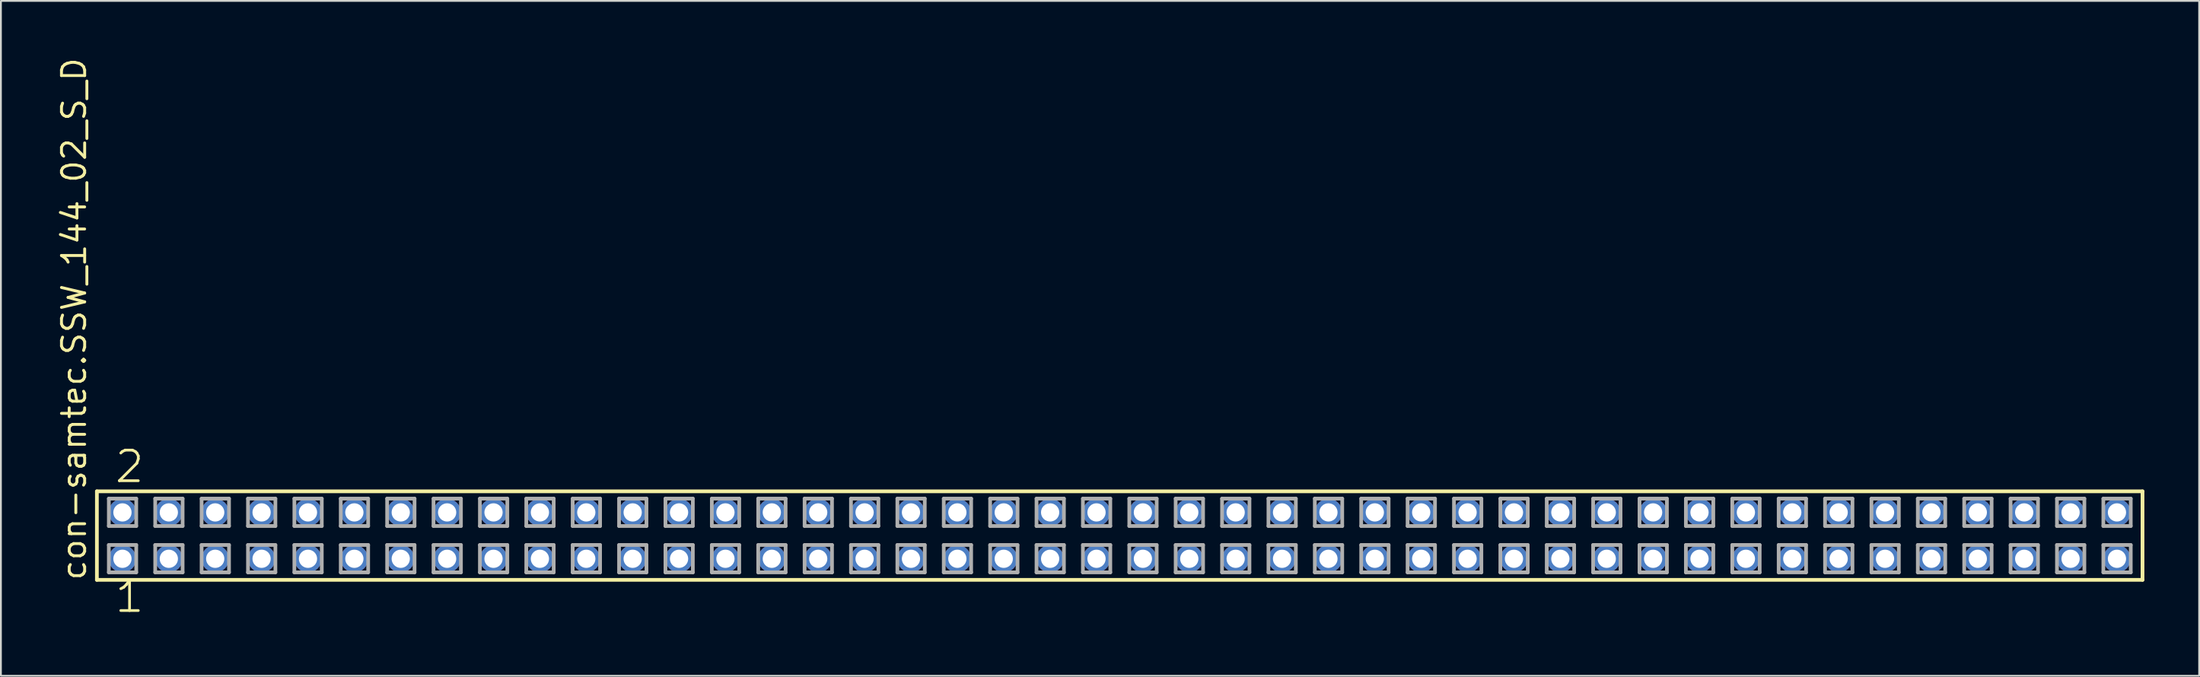
<source format=kicad_pcb>
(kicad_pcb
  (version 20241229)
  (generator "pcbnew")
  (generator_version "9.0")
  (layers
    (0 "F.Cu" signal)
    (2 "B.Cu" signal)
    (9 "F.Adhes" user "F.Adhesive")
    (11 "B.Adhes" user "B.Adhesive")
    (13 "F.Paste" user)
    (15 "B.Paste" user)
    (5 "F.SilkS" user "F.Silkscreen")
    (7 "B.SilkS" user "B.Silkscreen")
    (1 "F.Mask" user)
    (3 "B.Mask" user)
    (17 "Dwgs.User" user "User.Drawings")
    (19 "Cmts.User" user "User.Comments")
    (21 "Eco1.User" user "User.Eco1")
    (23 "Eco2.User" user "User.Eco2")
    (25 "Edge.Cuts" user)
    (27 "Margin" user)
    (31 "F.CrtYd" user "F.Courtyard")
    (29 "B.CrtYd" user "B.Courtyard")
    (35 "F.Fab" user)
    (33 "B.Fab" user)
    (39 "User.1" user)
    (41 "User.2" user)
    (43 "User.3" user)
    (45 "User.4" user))
  (footprint "con-samtec.SSW_144_02_S_D"
    (layer "F.Cu")
    (at 58.265 26.291)
    (property "Reference" "con-samtec.SSW_144_02_S_D" (at -56.515 2.54 90) (layer "F.SilkS") (effects (font (size 1.27 1.27) (thickness 0.16)) (justify left bottom)))
    (attr through_hole)
    (fp_line (start -56.009 -2.425) (end 56.009 -2.425) (stroke (width 0.203) (type default)) (layer "F.SilkS"))
    (fp_line (start -56.009 2.425) (end -56.009 -2.425) (stroke (width 0.203) (type default)) (layer "F.SilkS"))
    (fp_line (start 56.009 -2.425) (end 56.009 2.425) (stroke (width 0.203) (type default)) (layer "F.SilkS"))
    (fp_line (start 56.009 2.425) (end -56.009 2.425) (stroke (width 0.203) (type default)) (layer "F.SilkS"))
    (fp_line (start -55.355 -2.025) (end -53.855 -2.025) (stroke (width 0.203) (type default)) (layer "F.Fab"))
    (fp_line (start -55.355 -0.525) (end -55.355 -2.025) (stroke (width 0.203) (type default)) (layer "F.Fab"))
    (fp_line (start -55.355 0.515) (end -53.855 0.515) (stroke (width 0.203) (type default)) (layer "F.Fab"))
    (fp_line (start -55.355 2.015) (end -55.355 0.515) (stroke (width 0.203) (type default)) (layer "F.Fab"))
    (fp_line (start -53.855 -2.025) (end -53.855 -0.525) (stroke (width 0.203) (type default)) (layer "F.Fab"))
    (fp_line (start -53.855 -0.525) (end -55.355 -0.525) (stroke (width 0.203) (type default)) (layer "F.Fab"))
    (fp_line (start -53.855 0.515) (end -53.855 2.015) (stroke (width 0.203) (type default)) (layer "F.Fab"))
    (fp_line (start -53.855 2.015) (end -55.355 2.015) (stroke (width 0.203) (type default)) (layer "F.Fab"))
    (fp_line (start -52.815 -2.025) (end -51.315 -2.025) (stroke (width 0.203) (type default)) (layer "F.Fab"))
    (fp_line (start -52.815 -0.525) (end -52.815 -2.025) (stroke (width 0.203) (type default)) (layer "F.Fab"))
    (fp_line (start -52.815 0.515) (end -51.315 0.515) (stroke (width 0.203) (type default)) (layer "F.Fab"))
    (fp_line (start -52.815 2.015) (end -52.815 0.515) (stroke (width 0.203) (type default)) (layer "F.Fab"))
    (fp_line (start -51.315 -2.025) (end -51.315 -0.525) (stroke (width 0.203) (type default)) (layer "F.Fab"))
    (fp_line (start -51.315 -0.525) (end -52.815 -0.525) (stroke (width 0.203) (type default)) (layer "F.Fab"))
    (fp_line (start -51.315 0.515) (end -51.315 2.015) (stroke (width 0.203) (type default)) (layer "F.Fab"))
    (fp_line (start -51.315 2.015) (end -52.815 2.015) (stroke (width 0.203) (type default)) (layer "F.Fab"))
    (fp_line (start -50.275 -2.025) (end -48.775 -2.025) (stroke (width 0.203) (type default)) (layer "F.Fab"))
    (fp_line (start -50.275 -0.525) (end -50.275 -2.025) (stroke (width 0.203) (type default)) (layer "F.Fab"))
    (fp_line (start -50.275 0.515) (end -48.775 0.515) (stroke (width 0.203) (type default)) (layer "F.Fab"))
    (fp_line (start -50.275 2.015) (end -50.275 0.515) (stroke (width 0.203) (type default)) (layer "F.Fab"))
    (fp_line (start -48.775 -2.025) (end -48.775 -0.525) (stroke (width 0.203) (type default)) (layer "F.Fab"))
    (fp_line (start -48.775 -0.525) (end -50.275 -0.525) (stroke (width 0.203) (type default)) (layer "F.Fab"))
    (fp_line (start -48.775 0.515) (end -48.775 2.015) (stroke (width 0.203) (type default)) (layer "F.Fab"))
    (fp_line (start -48.775 2.015) (end -50.275 2.015) (stroke (width 0.203) (type default)) (layer "F.Fab"))
    (fp_line (start -47.735 -2.025) (end -46.235 -2.025) (stroke (width 0.203) (type default)) (layer "F.Fab"))
    (fp_line (start -47.735 -0.525) (end -47.735 -2.025) (stroke (width 0.203) (type default)) (layer "F.Fab"))
    (fp_line (start -47.735 0.515) (end -46.235 0.515) (stroke (width 0.203) (type default)) (layer "F.Fab"))
    (fp_line (start -47.735 2.015) (end -47.735 0.515) (stroke (width 0.203) (type default)) (layer "F.Fab"))
    (fp_line (start -46.235 -2.025) (end -46.235 -0.525) (stroke (width 0.203) (type default)) (layer "F.Fab"))
    (fp_line (start -46.235 -0.525) (end -47.735 -0.525) (stroke (width 0.203) (type default)) (layer "F.Fab"))
    (fp_line (start -46.235 0.515) (end -46.235 2.015) (stroke (width 0.203) (type default)) (layer "F.Fab"))
    (fp_line (start -46.235 2.015) (end -47.735 2.015) (stroke (width 0.203) (type default)) (layer "F.Fab"))
    (fp_line (start -45.195 -2.025) (end -43.695 -2.025) (stroke (width 0.203) (type default)) (layer "F.Fab"))
    (fp_line (start -45.195 -0.525) (end -45.195 -2.025) (stroke (width 0.203) (type default)) (layer "F.Fab"))
    (fp_line (start -45.195 0.515) (end -43.695 0.515) (stroke (width 0.203) (type default)) (layer "F.Fab"))
    (fp_line (start -45.195 2.015) (end -45.195 0.515) (stroke (width 0.203) (type default)) (layer "F.Fab"))
    (fp_line (start -43.695 -2.025) (end -43.695 -0.525) (stroke (width 0.203) (type default)) (layer "F.Fab"))
    (fp_line (start -43.695 -0.525) (end -45.195 -0.525) (stroke (width 0.203) (type default)) (layer "F.Fab"))
    (fp_line (start -43.695 0.515) (end -43.695 2.015) (stroke (width 0.203) (type default)) (layer "F.Fab"))
    (fp_line (start -43.695 2.015) (end -45.195 2.015) (stroke (width 0.203) (type default)) (layer "F.Fab"))
    (fp_line (start -42.655 -2.025) (end -41.155 -2.025) (stroke (width 0.203) (type default)) (layer "F.Fab"))
    (fp_line (start -42.655 -0.525) (end -42.655 -2.025) (stroke (width 0.203) (type default)) (layer "F.Fab"))
    (fp_line (start -42.655 0.515) (end -41.155 0.515) (stroke (width 0.203) (type default)) (layer "F.Fab"))
    (fp_line (start -42.655 2.015) (end -42.655 0.515) (stroke (width 0.203) (type default)) (layer "F.Fab"))
    (fp_line (start -41.155 -2.025) (end -41.155 -0.525) (stroke (width 0.203) (type default)) (layer "F.Fab"))
    (fp_line (start -41.155 -0.525) (end -42.655 -0.525) (stroke (width 0.203) (type default)) (layer "F.Fab"))
    (fp_line (start -41.155 0.515) (end -41.155 2.015) (stroke (width 0.203) (type default)) (layer "F.Fab"))
    (fp_line (start -41.155 2.015) (end -42.655 2.015) (stroke (width 0.203) (type default)) (layer "F.Fab"))
    (fp_line (start -40.115 -2.025) (end -38.615 -2.025) (stroke (width 0.203) (type default)) (layer "F.Fab"))
    (fp_line (start -40.115 -0.525) (end -40.115 -2.025) (stroke (width 0.203) (type default)) (layer "F.Fab"))
    (fp_line (start -40.115 0.515) (end -38.615 0.515) (stroke (width 0.203) (type default)) (layer "F.Fab"))
    (fp_line (start -40.115 2.015) (end -40.115 0.515) (stroke (width 0.203) (type default)) (layer "F.Fab"))
    (fp_line (start -38.615 -2.025) (end -38.615 -0.525) (stroke (width 0.203) (type default)) (layer "F.Fab"))
    (fp_line (start -38.615 -0.525) (end -40.115 -0.525) (stroke (width 0.203) (type default)) (layer "F.Fab"))
    (fp_line (start -38.615 0.515) (end -38.615 2.015) (stroke (width 0.203) (type default)) (layer "F.Fab"))
    (fp_line (start -38.615 2.015) (end -40.115 2.015) (stroke (width 0.203) (type default)) (layer "F.Fab"))
    (fp_line (start -37.575 -2.025) (end -36.075 -2.025) (stroke (width 0.203) (type default)) (layer "F.Fab"))
    (fp_line (start -37.575 -0.525) (end -37.575 -2.025) (stroke (width 0.203) (type default)) (layer "F.Fab"))
    (fp_line (start -37.575 0.515) (end -36.075 0.515) (stroke (width 0.203) (type default)) (layer "F.Fab"))
    (fp_line (start -37.575 2.015) (end -37.575 0.515) (stroke (width 0.203) (type default)) (layer "F.Fab"))
    (fp_line (start -36.075 -2.025) (end -36.075 -0.525) (stroke (width 0.203) (type default)) (layer "F.Fab"))
    (fp_line (start -36.075 -0.525) (end -37.575 -0.525) (stroke (width 0.203) (type default)) (layer "F.Fab"))
    (fp_line (start -36.075 0.515) (end -36.075 2.015) (stroke (width 0.203) (type default)) (layer "F.Fab"))
    (fp_line (start -36.075 2.015) (end -37.575 2.015) (stroke (width 0.203) (type default)) (layer "F.Fab"))
    (fp_line (start -35.035 -2.025) (end -33.535 -2.025) (stroke (width 0.203) (type default)) (layer "F.Fab"))
    (fp_line (start -35.035 -0.525) (end -35.035 -2.025) (stroke (width 0.203) (type default)) (layer "F.Fab"))
    (fp_line (start -35.035 0.515) (end -33.535 0.515) (stroke (width 0.203) (type default)) (layer "F.Fab"))
    (fp_line (start -35.035 2.015) (end -35.035 0.515) (stroke (width 0.203) (type default)) (layer "F.Fab"))
    (fp_line (start -33.535 -2.025) (end -33.535 -0.525) (stroke (width 0.203) (type default)) (layer "F.Fab"))
    (fp_line (start -33.535 -0.525) (end -35.035 -0.525) (stroke (width 0.203) (type default)) (layer "F.Fab"))
    (fp_line (start -33.535 0.515) (end -33.535 2.015) (stroke (width 0.203) (type default)) (layer "F.Fab"))
    (fp_line (start -33.535 2.015) (end -35.035 2.015) (stroke (width 0.203) (type default)) (layer "F.Fab"))
    (fp_line (start -32.495 -2.025) (end -30.995 -2.025) (stroke (width 0.203) (type default)) (layer "F.Fab"))
    (fp_line (start -32.495 -0.525) (end -32.495 -2.025) (stroke (width 0.203) (type default)) (layer "F.Fab"))
    (fp_line (start -32.495 0.515) (end -30.995 0.515) (stroke (width 0.203) (type default)) (layer "F.Fab"))
    (fp_line (start -32.495 2.015) (end -32.495 0.515) (stroke (width 0.203) (type default)) (layer "F.Fab"))
    (fp_line (start -30.995 -2.025) (end -30.995 -0.525) (stroke (width 0.203) (type default)) (layer "F.Fab"))
    (fp_line (start -30.995 -0.525) (end -32.495 -0.525) (stroke (width 0.203) (type default)) (layer "F.Fab"))
    (fp_line (start -30.995 0.515) (end -30.995 2.015) (stroke (width 0.203) (type default)) (layer "F.Fab"))
    (fp_line (start -30.995 2.015) (end -32.495 2.015) (stroke (width 0.203) (type default)) (layer "F.Fab"))
    (fp_line (start -29.955 -2.025) (end -28.455 -2.025) (stroke (width 0.203) (type default)) (layer "F.Fab"))
    (fp_line (start -29.955 -0.525) (end -29.955 -2.025) (stroke (width 0.203) (type default)) (layer "F.Fab"))
    (fp_line (start -29.955 0.515) (end -28.455 0.515) (stroke (width 0.203) (type default)) (layer "F.Fab"))
    (fp_line (start -29.955 2.015) (end -29.955 0.515) (stroke (width 0.203) (type default)) (layer "F.Fab"))
    (fp_line (start -28.455 -2.025) (end -28.455 -0.525) (stroke (width 0.203) (type default)) (layer "F.Fab"))
    (fp_line (start -28.455 -0.525) (end -29.955 -0.525) (stroke (width 0.203) (type default)) (layer "F.Fab"))
    (fp_line (start -28.455 0.515) (end -28.455 2.015) (stroke (width 0.203) (type default)) (layer "F.Fab"))
    (fp_line (start -28.455 2.015) (end -29.955 2.015) (stroke (width 0.203) (type default)) (layer "F.Fab"))
    (fp_line (start -27.415 -2.025) (end -25.915 -2.025) (stroke (width 0.203) (type default)) (layer "F.Fab"))
    (fp_line (start -27.415 -0.525) (end -27.415 -2.025) (stroke (width 0.203) (type default)) (layer "F.Fab"))
    (fp_line (start -27.415 0.515) (end -25.915 0.515) (stroke (width 0.203) (type default)) (layer "F.Fab"))
    (fp_line (start -27.415 2.015) (end -27.415 0.515) (stroke (width 0.203) (type default)) (layer "F.Fab"))
    (fp_line (start -25.915 -2.025) (end -25.915 -0.525) (stroke (width 0.203) (type default)) (layer "F.Fab"))
    (fp_line (start -25.915 -0.525) (end -27.415 -0.525) (stroke (width 0.203) (type default)) (layer "F.Fab"))
    (fp_line (start -25.915 0.515) (end -25.915 2.015) (stroke (width 0.203) (type default)) (layer "F.Fab"))
    (fp_line (start -25.915 2.015) (end -27.415 2.015) (stroke (width 0.203) (type default)) (layer "F.Fab"))
    (fp_line (start -24.875 -2.025) (end -23.375 -2.025) (stroke (width 0.203) (type default)) (layer "F.Fab"))
    (fp_line (start -24.875 -0.525) (end -24.875 -2.025) (stroke (width 0.203) (type default)) (layer "F.Fab"))
    (fp_line (start -24.875 0.515) (end -23.375 0.515) (stroke (width 0.203) (type default)) (layer "F.Fab"))
    (fp_line (start -24.875 2.015) (end -24.875 0.515) (stroke (width 0.203) (type default)) (layer "F.Fab"))
    (fp_line (start -23.375 -2.025) (end -23.375 -0.525) (stroke (width 0.203) (type default)) (layer "F.Fab"))
    (fp_line (start -23.375 -0.525) (end -24.875 -0.525) (stroke (width 0.203) (type default)) (layer "F.Fab"))
    (fp_line (start -23.375 0.515) (end -23.375 2.015) (stroke (width 0.203) (type default)) (layer "F.Fab"))
    (fp_line (start -23.375 2.015) (end -24.875 2.015) (stroke (width 0.203) (type default)) (layer "F.Fab"))
    (fp_line (start -22.335 -2.025) (end -20.835 -2.025) (stroke (width 0.203) (type default)) (layer "F.Fab"))
    (fp_line (start -22.335 -0.525) (end -22.335 -2.025) (stroke (width 0.203) (type default)) (layer "F.Fab"))
    (fp_line (start -22.335 0.515) (end -20.835 0.515) (stroke (width 0.203) (type default)) (layer "F.Fab"))
    (fp_line (start -22.335 2.015) (end -22.335 0.515) (stroke (width 0.203) (type default)) (layer "F.Fab"))
    (fp_line (start -20.835 -2.025) (end -20.835 -0.525) (stroke (width 0.203) (type default)) (layer "F.Fab"))
    (fp_line (start -20.835 -0.525) (end -22.335 -0.525) (stroke (width 0.203) (type default)) (layer "F.Fab"))
    (fp_line (start -20.835 0.515) (end -20.835 2.015) (stroke (width 0.203) (type default)) (layer "F.Fab"))
    (fp_line (start -20.835 2.015) (end -22.335 2.015) (stroke (width 0.203) (type default)) (layer "F.Fab"))
    (fp_line (start -19.795 -2.025) (end -18.295 -2.025) (stroke (width 0.203) (type default)) (layer "F.Fab"))
    (fp_line (start -19.795 -0.525) (end -19.795 -2.025) (stroke (width 0.203) (type default)) (layer "F.Fab"))
    (fp_line (start -19.795 0.515) (end -18.295 0.515) (stroke (width 0.203) (type default)) (layer "F.Fab"))
    (fp_line (start -19.795 2.015) (end -19.795 0.515) (stroke (width 0.203) (type default)) (layer "F.Fab"))
    (fp_line (start -18.295 -2.025) (end -18.295 -0.525) (stroke (width 0.203) (type default)) (layer "F.Fab"))
    (fp_line (start -18.295 -0.525) (end -19.795 -0.525) (stroke (width 0.203) (type default)) (layer "F.Fab"))
    (fp_line (start -18.295 0.515) (end -18.295 2.015) (stroke (width 0.203) (type default)) (layer "F.Fab"))
    (fp_line (start -18.295 2.015) (end -19.795 2.015) (stroke (width 0.203) (type default)) (layer "F.Fab"))
    (fp_line (start -17.255 -2.025) (end -15.755 -2.025) (stroke (width 0.203) (type default)) (layer "F.Fab"))
    (fp_line (start -17.255 -0.525) (end -17.255 -2.025) (stroke (width 0.203) (type default)) (layer "F.Fab"))
    (fp_line (start -17.255 0.515) (end -15.755 0.515) (stroke (width 0.203) (type default)) (layer "F.Fab"))
    (fp_line (start -17.255 2.015) (end -17.255 0.515) (stroke (width 0.203) (type default)) (layer "F.Fab"))
    (fp_line (start -15.755 -2.025) (end -15.755 -0.525) (stroke (width 0.203) (type default)) (layer "F.Fab"))
    (fp_line (start -15.755 -0.525) (end -17.255 -0.525) (stroke (width 0.203) (type default)) (layer "F.Fab"))
    (fp_line (start -15.755 0.515) (end -15.755 2.015) (stroke (width 0.203) (type default)) (layer "F.Fab"))
    (fp_line (start -15.755 2.015) (end -17.255 2.015) (stroke (width 0.203) (type default)) (layer "F.Fab"))
    (fp_line (start -14.715 -2.025) (end -13.215 -2.025) (stroke (width 0.203) (type default)) (layer "F.Fab"))
    (fp_line (start -14.715 -0.525) (end -14.715 -2.025) (stroke (width 0.203) (type default)) (layer "F.Fab"))
    (fp_line (start -14.715 0.515) (end -13.215 0.515) (stroke (width 0.203) (type default)) (layer "F.Fab"))
    (fp_line (start -14.715 2.015) (end -14.715 0.515) (stroke (width 0.203) (type default)) (layer "F.Fab"))
    (fp_line (start -13.215 -2.025) (end -13.215 -0.525) (stroke (width 0.203) (type default)) (layer "F.Fab"))
    (fp_line (start -13.215 -0.525) (end -14.715 -0.525) (stroke (width 0.203) (type default)) (layer "F.Fab"))
    (fp_line (start -13.215 0.515) (end -13.215 2.015) (stroke (width 0.203) (type default)) (layer "F.Fab"))
    (fp_line (start -13.215 2.015) (end -14.715 2.015) (stroke (width 0.203) (type default)) (layer "F.Fab"))
    (fp_line (start -12.175 -2.025) (end -10.675 -2.025) (stroke (width 0.203) (type default)) (layer "F.Fab"))
    (fp_line (start -12.175 -0.525) (end -12.175 -2.025) (stroke (width 0.203) (type default)) (layer "F.Fab"))
    (fp_line (start -12.175 0.515) (end -10.675 0.515) (stroke (width 0.203) (type default)) (layer "F.Fab"))
    (fp_line (start -12.175 2.015) (end -12.175 0.515) (stroke (width 0.203) (type default)) (layer "F.Fab"))
    (fp_line (start -10.675 -2.025) (end -10.675 -0.525) (stroke (width 0.203) (type default)) (layer "F.Fab"))
    (fp_line (start -10.675 -0.525) (end -12.175 -0.525) (stroke (width 0.203) (type default)) (layer "F.Fab"))
    (fp_line (start -10.675 0.515) (end -10.675 2.015) (stroke (width 0.203) (type default)) (layer "F.Fab"))
    (fp_line (start -10.675 2.015) (end -12.175 2.015) (stroke (width 0.203) (type default)) (layer "F.Fab"))
    (fp_line (start -9.635 -2.025) (end -8.135 -2.025) (stroke (width 0.203) (type default)) (layer "F.Fab"))
    (fp_line (start -9.635 -0.525) (end -9.635 -2.025) (stroke (width 0.203) (type default)) (layer "F.Fab"))
    (fp_line (start -9.635 0.515) (end -8.135 0.515) (stroke (width 0.203) (type default)) (layer "F.Fab"))
    (fp_line (start -9.635 2.015) (end -9.635 0.515) (stroke (width 0.203) (type default)) (layer "F.Fab"))
    (fp_line (start -8.135 -2.025) (end -8.135 -0.525) (stroke (width 0.203) (type default)) (layer "F.Fab"))
    (fp_line (start -8.135 -0.525) (end -9.635 -0.525) (stroke (width 0.203) (type default)) (layer "F.Fab"))
    (fp_line (start -8.135 0.515) (end -8.135 2.015) (stroke (width 0.203) (type default)) (layer "F.Fab"))
    (fp_line (start -8.135 2.015) (end -9.635 2.015) (stroke (width 0.203) (type default)) (layer "F.Fab"))
    (fp_line (start -7.095 -2.025) (end -5.595 -2.025) (stroke (width 0.203) (type default)) (layer "F.Fab"))
    (fp_line (start -7.095 -0.525) (end -7.095 -2.025) (stroke (width 0.203) (type default)) (layer "F.Fab"))
    (fp_line (start -7.095 0.515) (end -5.595 0.515) (stroke (width 0.203) (type default)) (layer "F.Fab"))
    (fp_line (start -7.095 2.015) (end -7.095 0.515) (stroke (width 0.203) (type default)) (layer "F.Fab"))
    (fp_line (start -5.595 -2.025) (end -5.595 -0.525) (stroke (width 0.203) (type default)) (layer "F.Fab"))
    (fp_line (start -5.595 -0.525) (end -7.095 -0.525) (stroke (width 0.203) (type default)) (layer "F.Fab"))
    (fp_line (start -5.595 0.515) (end -5.595 2.015) (stroke (width 0.203) (type default)) (layer "F.Fab"))
    (fp_line (start -5.595 2.015) (end -7.095 2.015) (stroke (width 0.203) (type default)) (layer "F.Fab"))
    (fp_line (start -4.555 -2.025) (end -3.055 -2.025) (stroke (width 0.203) (type default)) (layer "F.Fab"))
    (fp_line (start -4.555 -0.525) (end -4.555 -2.025) (stroke (width 0.203) (type default)) (layer "F.Fab"))
    (fp_line (start -4.555 0.515) (end -3.055 0.515) (stroke (width 0.203) (type default)) (layer "F.Fab"))
    (fp_line (start -4.555 2.015) (end -4.555 0.515) (stroke (width 0.203) (type default)) (layer "F.Fab"))
    (fp_line (start -3.055 -2.025) (end -3.055 -0.525) (stroke (width 0.203) (type default)) (layer "F.Fab"))
    (fp_line (start -3.055 -0.525) (end -4.555 -0.525) (stroke (width 0.203) (type default)) (layer "F.Fab"))
    (fp_line (start -3.055 0.515) (end -3.055 2.015) (stroke (width 0.203) (type default)) (layer "F.Fab"))
    (fp_line (start -3.055 2.015) (end -4.555 2.015) (stroke (width 0.203) (type default)) (layer "F.Fab"))
    (fp_line (start -2.015 -2.025) (end -0.515 -2.025) (stroke (width 0.203) (type default)) (layer "F.Fab"))
    (fp_line (start -2.015 -0.525) (end -2.015 -2.025) (stroke (width 0.203) (type default)) (layer "F.Fab"))
    (fp_line (start -2.015 0.515) (end -0.515 0.515) (stroke (width 0.203) (type default)) (layer "F.Fab"))
    (fp_line (start -2.015 2.015) (end -2.015 0.515) (stroke (width 0.203) (type default)) (layer "F.Fab"))
    (fp_line (start -0.515 -2.025) (end -0.515 -0.525) (stroke (width 0.203) (type default)) (layer "F.Fab"))
    (fp_line (start -0.515 -0.525) (end -2.015 -0.525) (stroke (width 0.203) (type default)) (layer "F.Fab"))
    (fp_line (start -0.515 0.515) (end -0.515 2.015) (stroke (width 0.203) (type default)) (layer "F.Fab"))
    (fp_line (start -0.515 2.015) (end -2.015 2.015) (stroke (width 0.203) (type default)) (layer "F.Fab"))
    (fp_line (start 0.525 -2.025) (end 2.025 -2.025) (stroke (width 0.203) (type default)) (layer "F.Fab"))
    (fp_line (start 0.525 -0.525) (end 0.525 -2.025) (stroke (width 0.203) (type default)) (layer "F.Fab"))
    (fp_line (start 0.525 0.515) (end 2.025 0.515) (stroke (width 0.203) (type default)) (layer "F.Fab"))
    (fp_line (start 0.525 2.015) (end 0.525 0.515) (stroke (width 0.203) (type default)) (layer "F.Fab"))
    (fp_line (start 2.025 -2.025) (end 2.025 -0.525) (stroke (width 0.203) (type default)) (layer "F.Fab"))
    (fp_line (start 2.025 -0.525) (end 0.525 -0.525) (stroke (width 0.203) (type default)) (layer "F.Fab"))
    (fp_line (start 2.025 0.515) (end 2.025 2.015) (stroke (width 0.203) (type default)) (layer "F.Fab"))
    (fp_line (start 2.025 2.015) (end 0.525 2.015) (stroke (width 0.203) (type default)) (layer "F.Fab"))
    (fp_line (start 3.065 -2.025) (end 4.565 -2.025) (stroke (width 0.203) (type default)) (layer "F.Fab"))
    (fp_line (start 3.065 -0.525) (end 3.065 -2.025) (stroke (width 0.203) (type default)) (layer "F.Fab"))
    (fp_line (start 3.065 0.515) (end 4.565 0.515) (stroke (width 0.203) (type default)) (layer "F.Fab"))
    (fp_line (start 3.065 2.015) (end 3.065 0.515) (stroke (width 0.203) (type default)) (layer "F.Fab"))
    (fp_line (start 4.565 -2.025) (end 4.565 -0.525) (stroke (width 0.203) (type default)) (layer "F.Fab"))
    (fp_line (start 4.565 -0.525) (end 3.065 -0.525) (stroke (width 0.203) (type default)) (layer "F.Fab"))
    (fp_line (start 4.565 0.515) (end 4.565 2.015) (stroke (width 0.203) (type default)) (layer "F.Fab"))
    (fp_line (start 4.565 2.015) (end 3.065 2.015) (stroke (width 0.203) (type default)) (layer "F.Fab"))
    (fp_line (start 5.605 -2.025) (end 7.105 -2.025) (stroke (width 0.203) (type default)) (layer "F.Fab"))
    (fp_line (start 5.605 -0.525) (end 5.605 -2.025) (stroke (width 0.203) (type default)) (layer "F.Fab"))
    (fp_line (start 5.605 0.515) (end 7.105 0.515) (stroke (width 0.203) (type default)) (layer "F.Fab"))
    (fp_line (start 5.605 2.015) (end 5.605 0.515) (stroke (width 0.203) (type default)) (layer "F.Fab"))
    (fp_line (start 7.105 -2.025) (end 7.105 -0.525) (stroke (width 0.203) (type default)) (layer "F.Fab"))
    (fp_line (start 7.105 -0.525) (end 5.605 -0.525) (stroke (width 0.203) (type default)) (layer "F.Fab"))
    (fp_line (start 7.105 0.515) (end 7.105 2.015) (stroke (width 0.203) (type default)) (layer "F.Fab"))
    (fp_line (start 7.105 2.015) (end 5.605 2.015) (stroke (width 0.203) (type default)) (layer "F.Fab"))
    (fp_line (start 8.145 -2.025) (end 9.645 -2.025) (stroke (width 0.203) (type default)) (layer "F.Fab"))
    (fp_line (start 8.145 -0.525) (end 8.145 -2.025) (stroke (width 0.203) (type default)) (layer "F.Fab"))
    (fp_line (start 8.145 0.515) (end 9.645 0.515) (stroke (width 0.203) (type default)) (layer "F.Fab"))
    (fp_line (start 8.145 2.015) (end 8.145 0.515) (stroke (width 0.203) (type default)) (layer "F.Fab"))
    (fp_line (start 9.645 -2.025) (end 9.645 -0.525) (stroke (width 0.203) (type default)) (layer "F.Fab"))
    (fp_line (start 9.645 -0.525) (end 8.145 -0.525) (stroke (width 0.203) (type default)) (layer "F.Fab"))
    (fp_line (start 9.645 0.515) (end 9.645 2.015) (stroke (width 0.203) (type default)) (layer "F.Fab"))
    (fp_line (start 9.645 2.015) (end 8.145 2.015) (stroke (width 0.203) (type default)) (layer "F.Fab"))
    (fp_line (start 10.685 -2.025) (end 12.185 -2.025) (stroke (width 0.203) (type default)) (layer "F.Fab"))
    (fp_line (start 10.685 -0.525) (end 10.685 -2.025) (stroke (width 0.203) (type default)) (layer "F.Fab"))
    (fp_line (start 10.685 0.515) (end 12.185 0.515) (stroke (width 0.203) (type default)) (layer "F.Fab"))
    (fp_line (start 10.685 2.015) (end 10.685 0.515) (stroke (width 0.203) (type default)) (layer "F.Fab"))
    (fp_line (start 12.185 -2.025) (end 12.185 -0.525) (stroke (width 0.203) (type default)) (layer "F.Fab"))
    (fp_line (start 12.185 -0.525) (end 10.685 -0.525) (stroke (width 0.203) (type default)) (layer "F.Fab"))
    (fp_line (start 12.185 0.515) (end 12.185 2.015) (stroke (width 0.203) (type default)) (layer "F.Fab"))
    (fp_line (start 12.185 2.015) (end 10.685 2.015) (stroke (width 0.203) (type default)) (layer "F.Fab"))
    (fp_line (start 13.225 -2.025) (end 14.725 -2.025) (stroke (width 0.203) (type default)) (layer "F.Fab"))
    (fp_line (start 13.225 -0.525) (end 13.225 -2.025) (stroke (width 0.203) (type default)) (layer "F.Fab"))
    (fp_line (start 13.225 0.515) (end 14.725 0.515) (stroke (width 0.203) (type default)) (layer "F.Fab"))
    (fp_line (start 13.225 2.015) (end 13.225 0.515) (stroke (width 0.203) (type default)) (layer "F.Fab"))
    (fp_line (start 14.725 -2.025) (end 14.725 -0.525) (stroke (width 0.203) (type default)) (layer "F.Fab"))
    (fp_line (start 14.725 -0.525) (end 13.225 -0.525) (stroke (width 0.203) (type default)) (layer "F.Fab"))
    (fp_line (start 14.725 0.515) (end 14.725 2.015) (stroke (width 0.203) (type default)) (layer "F.Fab"))
    (fp_line (start 14.725 2.015) (end 13.225 2.015) (stroke (width 0.203) (type default)) (layer "F.Fab"))
    (fp_line (start 15.765 -2.025) (end 17.265 -2.025) (stroke (width 0.203) (type default)) (layer "F.Fab"))
    (fp_line (start 15.765 -0.525) (end 15.765 -2.025) (stroke (width 0.203) (type default)) (layer "F.Fab"))
    (fp_line (start 15.765 0.515) (end 17.265 0.515) (stroke (width 0.203) (type default)) (layer "F.Fab"))
    (fp_line (start 15.765 2.015) (end 15.765 0.515) (stroke (width 0.203) (type default)) (layer "F.Fab"))
    (fp_line (start 17.265 -2.025) (end 17.265 -0.525) (stroke (width 0.203) (type default)) (layer "F.Fab"))
    (fp_line (start 17.265 -0.525) (end 15.765 -0.525) (stroke (width 0.203) (type default)) (layer "F.Fab"))
    (fp_line (start 17.265 0.515) (end 17.265 2.015) (stroke (width 0.203) (type default)) (layer "F.Fab"))
    (fp_line (start 17.265 2.015) (end 15.765 2.015) (stroke (width 0.203) (type default)) (layer "F.Fab"))
    (fp_line (start 18.305 -2.025) (end 19.805 -2.025) (stroke (width 0.203) (type default)) (layer "F.Fab"))
    (fp_line (start 18.305 -0.525) (end 18.305 -2.025) (stroke (width 0.203) (type default)) (layer "F.Fab"))
    (fp_line (start 18.305 0.515) (end 19.805 0.515) (stroke (width 0.203) (type default)) (layer "F.Fab"))
    (fp_line (start 18.305 2.015) (end 18.305 0.515) (stroke (width 0.203) (type default)) (layer "F.Fab"))
    (fp_line (start 19.805 -2.025) (end 19.805 -0.525) (stroke (width 0.203) (type default)) (layer "F.Fab"))
    (fp_line (start 19.805 -0.525) (end 18.305 -0.525) (stroke (width 0.203) (type default)) (layer "F.Fab"))
    (fp_line (start 19.805 0.515) (end 19.805 2.015) (stroke (width 0.203) (type default)) (layer "F.Fab"))
    (fp_line (start 19.805 2.015) (end 18.305 2.015) (stroke (width 0.203) (type default)) (layer "F.Fab"))
    (fp_line (start 20.845 -2.025) (end 22.345 -2.025) (stroke (width 0.203) (type default)) (layer "F.Fab"))
    (fp_line (start 20.845 -0.525) (end 20.845 -2.025) (stroke (width 0.203) (type default)) (layer "F.Fab"))
    (fp_line (start 20.845 0.515) (end 22.345 0.515) (stroke (width 0.203) (type default)) (layer "F.Fab"))
    (fp_line (start 20.845 2.015) (end 20.845 0.515) (stroke (width 0.203) (type default)) (layer "F.Fab"))
    (fp_line (start 22.345 -2.025) (end 22.345 -0.525) (stroke (width 0.203) (type default)) (layer "F.Fab"))
    (fp_line (start 22.345 -0.525) (end 20.845 -0.525) (stroke (width 0.203) (type default)) (layer "F.Fab"))
    (fp_line (start 22.345 0.515) (end 22.345 2.015) (stroke (width 0.203) (type default)) (layer "F.Fab"))
    (fp_line (start 22.345 2.015) (end 20.845 2.015) (stroke (width 0.203) (type default)) (layer "F.Fab"))
    (fp_line (start 23.385 -2.025) (end 24.885 -2.025) (stroke (width 0.203) (type default)) (layer "F.Fab"))
    (fp_line (start 23.385 -0.525) (end 23.385 -2.025) (stroke (width 0.203) (type default)) (layer "F.Fab"))
    (fp_line (start 23.385 0.515) (end 24.885 0.515) (stroke (width 0.203) (type default)) (layer "F.Fab"))
    (fp_line (start 23.385 2.015) (end 23.385 0.515) (stroke (width 0.203) (type default)) (layer "F.Fab"))
    (fp_line (start 24.885 -2.025) (end 24.885 -0.525) (stroke (width 0.203) (type default)) (layer "F.Fab"))
    (fp_line (start 24.885 -0.525) (end 23.385 -0.525) (stroke (width 0.203) (type default)) (layer "F.Fab"))
    (fp_line (start 24.885 0.515) (end 24.885 2.015) (stroke (width 0.203) (type default)) (layer "F.Fab"))
    (fp_line (start 24.885 2.015) (end 23.385 2.015) (stroke (width 0.203) (type default)) (layer "F.Fab"))
    (fp_line (start 25.925 -2.025) (end 27.425 -2.025) (stroke (width 0.203) (type default)) (layer "F.Fab"))
    (fp_line (start 25.925 -0.525) (end 25.925 -2.025) (stroke (width 0.203) (type default)) (layer "F.Fab"))
    (fp_line (start 25.925 0.515) (end 27.425 0.515) (stroke (width 0.203) (type default)) (layer "F.Fab"))
    (fp_line (start 25.925 2.015) (end 25.925 0.515) (stroke (width 0.203) (type default)) (layer "F.Fab"))
    (fp_line (start 27.425 -2.025) (end 27.425 -0.525) (stroke (width 0.203) (type default)) (layer "F.Fab"))
    (fp_line (start 27.425 -0.525) (end 25.925 -0.525) (stroke (width 0.203) (type default)) (layer "F.Fab"))
    (fp_line (start 27.425 0.515) (end 27.425 2.015) (stroke (width 0.203) (type default)) (layer "F.Fab"))
    (fp_line (start 27.425 2.015) (end 25.925 2.015) (stroke (width 0.203) (type default)) (layer "F.Fab"))
    (fp_line (start 28.465 -2.025) (end 29.965 -2.025) (stroke (width 0.203) (type default)) (layer "F.Fab"))
    (fp_line (start 28.465 -0.525) (end 28.465 -2.025) (stroke (width 0.203) (type default)) (layer "F.Fab"))
    (fp_line (start 28.465 0.515) (end 29.965 0.515) (stroke (width 0.203) (type default)) (layer "F.Fab"))
    (fp_line (start 28.465 2.015) (end 28.465 0.515) (stroke (width 0.203) (type default)) (layer "F.Fab"))
    (fp_line (start 29.965 -2.025) (end 29.965 -0.525) (stroke (width 0.203) (type default)) (layer "F.Fab"))
    (fp_line (start 29.965 -0.525) (end 28.465 -0.525) (stroke (width 0.203) (type default)) (layer "F.Fab"))
    (fp_line (start 29.965 0.515) (end 29.965 2.015) (stroke (width 0.203) (type default)) (layer "F.Fab"))
    (fp_line (start 29.965 2.015) (end 28.465 2.015) (stroke (width 0.203) (type default)) (layer "F.Fab"))
    (fp_line (start 31.005 -2.025) (end 32.505 -2.025) (stroke (width 0.203) (type default)) (layer "F.Fab"))
    (fp_line (start 31.005 -0.525) (end 31.005 -2.025) (stroke (width 0.203) (type default)) (layer "F.Fab"))
    (fp_line (start 31.005 0.515) (end 32.505 0.515) (stroke (width 0.203) (type default)) (layer "F.Fab"))
    (fp_line (start 31.005 2.015) (end 31.005 0.515) (stroke (width 0.203) (type default)) (layer "F.Fab"))
    (fp_line (start 32.505 -2.025) (end 32.505 -0.525) (stroke (width 0.203) (type default)) (layer "F.Fab"))
    (fp_line (start 32.505 -0.525) (end 31.005 -0.525) (stroke (width 0.203) (type default)) (layer "F.Fab"))
    (fp_line (start 32.505 0.515) (end 32.505 2.015) (stroke (width 0.203) (type default)) (layer "F.Fab"))
    (fp_line (start 32.505 2.015) (end 31.005 2.015) (stroke (width 0.203) (type default)) (layer "F.Fab"))
    (fp_line (start 33.545 -2.025) (end 35.045 -2.025) (stroke (width 0.203) (type default)) (layer "F.Fab"))
    (fp_line (start 33.545 -0.525) (end 33.545 -2.025) (stroke (width 0.203) (type default)) (layer "F.Fab"))
    (fp_line (start 33.545 0.515) (end 35.045 0.515) (stroke (width 0.203) (type default)) (layer "F.Fab"))
    (fp_line (start 33.545 2.015) (end 33.545 0.515) (stroke (width 0.203) (type default)) (layer "F.Fab"))
    (fp_line (start 35.045 -2.025) (end 35.045 -0.525) (stroke (width 0.203) (type default)) (layer "F.Fab"))
    (fp_line (start 35.045 -0.525) (end 33.545 -0.525) (stroke (width 0.203) (type default)) (layer "F.Fab"))
    (fp_line (start 35.045 0.515) (end 35.045 2.015) (stroke (width 0.203) (type default)) (layer "F.Fab"))
    (fp_line (start 35.045 2.015) (end 33.545 2.015) (stroke (width 0.203) (type default)) (layer "F.Fab"))
    (fp_line (start 36.085 -2.025) (end 37.585 -2.025) (stroke (width 0.203) (type default)) (layer "F.Fab"))
    (fp_line (start 36.085 -0.525) (end 36.085 -2.025) (stroke (width 0.203) (type default)) (layer "F.Fab"))
    (fp_line (start 36.085 0.515) (end 37.585 0.515) (stroke (width 0.203) (type default)) (layer "F.Fab"))
    (fp_line (start 36.085 2.015) (end 36.085 0.515) (stroke (width 0.203) (type default)) (layer "F.Fab"))
    (fp_line (start 37.585 -2.025) (end 37.585 -0.525) (stroke (width 0.203) (type default)) (layer "F.Fab"))
    (fp_line (start 37.585 -0.525) (end 36.085 -0.525) (stroke (width 0.203) (type default)) (layer "F.Fab"))
    (fp_line (start 37.585 0.515) (end 37.585 2.015) (stroke (width 0.203) (type default)) (layer "F.Fab"))
    (fp_line (start 37.585 2.015) (end 36.085 2.015) (stroke (width 0.203) (type default)) (layer "F.Fab"))
    (fp_line (start 38.625 -2.025) (end 40.125 -2.025) (stroke (width 0.203) (type default)) (layer "F.Fab"))
    (fp_line (start 38.625 -0.525) (end 38.625 -2.025) (stroke (width 0.203) (type default)) (layer "F.Fab"))
    (fp_line (start 38.625 0.515) (end 40.125 0.515) (stroke (width 0.203) (type default)) (layer "F.Fab"))
    (fp_line (start 38.625 2.015) (end 38.625 0.515) (stroke (width 0.203) (type default)) (layer "F.Fab"))
    (fp_line (start 40.125 -2.025) (end 40.125 -0.525) (stroke (width 0.203) (type default)) (layer "F.Fab"))
    (fp_line (start 40.125 -0.525) (end 38.625 -0.525) (stroke (width 0.203) (type default)) (layer "F.Fab"))
    (fp_line (start 40.125 0.515) (end 40.125 2.015) (stroke (width 0.203) (type default)) (layer "F.Fab"))
    (fp_line (start 40.125 2.015) (end 38.625 2.015) (stroke (width 0.203) (type default)) (layer "F.Fab"))
    (fp_line (start 41.165 -2.025) (end 42.665 -2.025) (stroke (width 0.203) (type default)) (layer "F.Fab"))
    (fp_line (start 41.165 -0.525) (end 41.165 -2.025) (stroke (width 0.203) (type default)) (layer "F.Fab"))
    (fp_line (start 41.165 0.515) (end 42.665 0.515) (stroke (width 0.203) (type default)) (layer "F.Fab"))
    (fp_line (start 41.165 2.015) (end 41.165 0.515) (stroke (width 0.203) (type default)) (layer "F.Fab"))
    (fp_line (start 42.665 -2.025) (end 42.665 -0.525) (stroke (width 0.203) (type default)) (layer "F.Fab"))
    (fp_line (start 42.665 -0.525) (end 41.165 -0.525) (stroke (width 0.203) (type default)) (layer "F.Fab"))
    (fp_line (start 42.665 0.515) (end 42.665 2.015) (stroke (width 0.203) (type default)) (layer "F.Fab"))
    (fp_line (start 42.665 2.015) (end 41.165 2.015) (stroke (width 0.203) (type default)) (layer "F.Fab"))
    (fp_line (start 43.705 -2.025) (end 45.205 -2.025) (stroke (width 0.203) (type default)) (layer "F.Fab"))
    (fp_line (start 43.705 -0.525) (end 43.705 -2.025) (stroke (width 0.203) (type default)) (layer "F.Fab"))
    (fp_line (start 43.705 0.515) (end 45.205 0.515) (stroke (width 0.203) (type default)) (layer "F.Fab"))
    (fp_line (start 43.705 2.015) (end 43.705 0.515) (stroke (width 0.203) (type default)) (layer "F.Fab"))
    (fp_line (start 45.205 -2.025) (end 45.205 -0.525) (stroke (width 0.203) (type default)) (layer "F.Fab"))
    (fp_line (start 45.205 -0.525) (end 43.705 -0.525) (stroke (width 0.203) (type default)) (layer "F.Fab"))
    (fp_line (start 45.205 0.515) (end 45.205 2.015) (stroke (width 0.203) (type default)) (layer "F.Fab"))
    (fp_line (start 45.205 2.015) (end 43.705 2.015) (stroke (width 0.203) (type default)) (layer "F.Fab"))
    (fp_line (start 46.245 -2.025) (end 47.745 -2.025) (stroke (width 0.203) (type default)) (layer "F.Fab"))
    (fp_line (start 46.245 -0.525) (end 46.245 -2.025) (stroke (width 0.203) (type default)) (layer "F.Fab"))
    (fp_line (start 46.245 0.515) (end 47.745 0.515) (stroke (width 0.203) (type default)) (layer "F.Fab"))
    (fp_line (start 46.245 2.015) (end 46.245 0.515) (stroke (width 0.203) (type default)) (layer "F.Fab"))
    (fp_line (start 47.745 -2.025) (end 47.745 -0.525) (stroke (width 0.203) (type default)) (layer "F.Fab"))
    (fp_line (start 47.745 -0.525) (end 46.245 -0.525) (stroke (width 0.203) (type default)) (layer "F.Fab"))
    (fp_line (start 47.745 0.515) (end 47.745 2.015) (stroke (width 0.203) (type default)) (layer "F.Fab"))
    (fp_line (start 47.745 2.015) (end 46.245 2.015) (stroke (width 0.203) (type default)) (layer "F.Fab"))
    (fp_line (start 48.785 -2.025) (end 50.285 -2.025) (stroke (width 0.203) (type default)) (layer "F.Fab"))
    (fp_line (start 48.785 -0.525) (end 48.785 -2.025) (stroke (width 0.203) (type default)) (layer "F.Fab"))
    (fp_line (start 48.785 0.515) (end 50.285 0.515) (stroke (width 0.203) (type default)) (layer "F.Fab"))
    (fp_line (start 48.785 2.015) (end 48.785 0.515) (stroke (width 0.203) (type default)) (layer "F.Fab"))
    (fp_line (start 50.285 -2.025) (end 50.285 -0.525) (stroke (width 0.203) (type default)) (layer "F.Fab"))
    (fp_line (start 50.285 -0.525) (end 48.785 -0.525) (stroke (width 0.203) (type default)) (layer "F.Fab"))
    (fp_line (start 50.285 0.515) (end 50.285 2.015) (stroke (width 0.203) (type default)) (layer "F.Fab"))
    (fp_line (start 50.285 2.015) (end 48.785 2.015) (stroke (width 0.203) (type default)) (layer "F.Fab"))
    (fp_line (start 51.325 -2.025) (end 52.825 -2.025) (stroke (width 0.203) (type default)) (layer "F.Fab"))
    (fp_line (start 51.325 -0.525) (end 51.325 -2.025) (stroke (width 0.203) (type default)) (layer "F.Fab"))
    (fp_line (start 51.325 0.515) (end 52.825 0.515) (stroke (width 0.203) (type default)) (layer "F.Fab"))
    (fp_line (start 51.325 2.015) (end 51.325 0.515) (stroke (width 0.203) (type default)) (layer "F.Fab"))
    (fp_line (start 52.825 -2.025) (end 52.825 -0.525) (stroke (width 0.203) (type default)) (layer "F.Fab"))
    (fp_line (start 52.825 -0.525) (end 51.325 -0.525) (stroke (width 0.203) (type default)) (layer "F.Fab"))
    (fp_line (start 52.825 0.515) (end 52.825 2.015) (stroke (width 0.203) (type default)) (layer "F.Fab"))
    (fp_line (start 52.825 2.015) (end 51.325 2.015) (stroke (width 0.203) (type default)) (layer "F.Fab"))
    (fp_line (start 53.865 -2.025) (end 55.365 -2.025) (stroke (width 0.203) (type default)) (layer "F.Fab"))
    (fp_line (start 53.865 -0.525) (end 53.865 -2.025) (stroke (width 0.203) (type default)) (layer "F.Fab"))
    (fp_line (start 53.865 0.515) (end 55.365 0.515) (stroke (width 0.203) (type default)) (layer "F.Fab"))
    (fp_line (start 53.865 2.015) (end 53.865 0.515) (stroke (width 0.203) (type default)) (layer "F.Fab"))
    (fp_line (start 55.365 -2.025) (end 55.365 -0.525) (stroke (width 0.203) (type default)) (layer "F.Fab"))
    (fp_line (start 55.365 -0.525) (end 53.865 -0.525) (stroke (width 0.203) (type default)) (layer "F.Fab"))
    (fp_line (start 55.365 0.515) (end 55.365 2.015) (stroke (width 0.203) (type default)) (layer "F.Fab"))
    (fp_line (start 55.365 2.015) (end 53.865 2.015) (stroke (width 0.203) (type default)) (layer "F.Fab"))
    (fp_text user "2" (at -55.118 -2.794 0) (layer "F.SilkS") (effects (font (size 1.676 1.676) (thickness 0.15)) (justify left bottom)))
    (fp_text user "1" (at -55.118 4.318 0) (layer "F.SilkS") (effects (font (size 1.676 1.676) (thickness 0.15)) (justify left bottom)))
    (pad "1" thru_hole circle (at -54.61 1.27) (size 1.5 1.5) (drill 1) (layers "*.Cu" "*.Mask"))
    (pad "2" thru_hole circle (at -54.61 -1.27) (size 1.5 1.5) (drill 1) (layers "*.Cu" "*.Mask"))
    (pad "3" thru_hole circle (at -52.07 1.27) (size 1.5 1.5) (drill 1) (layers "*.Cu" "*.Mask"))
    (pad "4" thru_hole circle (at -52.07 -1.27) (size 1.5 1.5) (drill 1) (layers "*.Cu" "*.Mask"))
    (pad "5" thru_hole circle (at -49.53 1.27) (size 1.5 1.5) (drill 1) (layers "*.Cu" "*.Mask"))
    (pad "6" thru_hole circle (at -49.53 -1.27) (size 1.5 1.5) (drill 1) (layers "*.Cu" "*.Mask"))
    (pad "7" thru_hole circle (at -46.99 1.27) (size 1.5 1.5) (drill 1) (layers "*.Cu" "*.Mask"))
    (pad "8" thru_hole circle (at -46.99 -1.27) (size 1.5 1.5) (drill 1) (layers "*.Cu" "*.Mask"))
    (pad "9" thru_hole circle (at -44.45 1.27) (size 1.5 1.5) (drill 1) (layers "*.Cu" "*.Mask"))
    (pad "10" thru_hole circle (at -44.45 -1.27) (size 1.5 1.5) (drill 1) (layers "*.Cu" "*.Mask"))
    (pad "11" thru_hole circle (at -41.91 1.27) (size 1.5 1.5) (drill 1) (layers "*.Cu" "*.Mask"))
    (pad "12" thru_hole circle (at -41.91 -1.27) (size 1.5 1.5) (drill 1) (layers "*.Cu" "*.Mask"))
    (pad "13" thru_hole circle (at -39.37 1.27) (size 1.5 1.5) (drill 1) (layers "*.Cu" "*.Mask"))
    (pad "14" thru_hole circle (at -39.37 -1.27) (size 1.5 1.5) (drill 1) (layers "*.Cu" "*.Mask"))
    (pad "15" thru_hole circle (at -36.83 1.27) (size 1.5 1.5) (drill 1) (layers "*.Cu" "*.Mask"))
    (pad "16" thru_hole circle (at -36.83 -1.27) (size 1.5 1.5) (drill 1) (layers "*.Cu" "*.Mask"))
    (pad "17" thru_hole circle (at -34.29 1.27) (size 1.5 1.5) (drill 1) (layers "*.Cu" "*.Mask"))
    (pad "18" thru_hole circle (at -34.29 -1.27) (size 1.5 1.5) (drill 1) (layers "*.Cu" "*.Mask"))
    (pad "19" thru_hole circle (at -31.75 1.27) (size 1.5 1.5) (drill 1) (layers "*.Cu" "*.Mask"))
    (pad "20" thru_hole circle (at -31.75 -1.27) (size 1.5 1.5) (drill 1) (layers "*.Cu" "*.Mask"))
    (pad "21" thru_hole circle (at -29.21 1.27) (size 1.5 1.5) (drill 1) (layers "*.Cu" "*.Mask"))
    (pad "22" thru_hole circle (at -29.21 -1.27) (size 1.5 1.5) (drill 1) (layers "*.Cu" "*.Mask"))
    (pad "23" thru_hole circle (at -26.67 1.27) (size 1.5 1.5) (drill 1) (layers "*.Cu" "*.Mask"))
    (pad "24" thru_hole circle (at -26.67 -1.27) (size 1.5 1.5) (drill 1) (layers "*.Cu" "*.Mask"))
    (pad "25" thru_hole circle (at -24.13 1.27) (size 1.5 1.5) (drill 1) (layers "*.Cu" "*.Mask"))
    (pad "26" thru_hole circle (at -24.13 -1.27) (size 1.5 1.5) (drill 1) (layers "*.Cu" "*.Mask"))
    (pad "27" thru_hole circle (at -21.59 1.27) (size 1.5 1.5) (drill 1) (layers "*.Cu" "*.Mask"))
    (pad "28" thru_hole circle (at -21.59 -1.27) (size 1.5 1.5) (drill 1) (layers "*.Cu" "*.Mask"))
    (pad "29" thru_hole circle (at -19.05 1.27) (size 1.5 1.5) (drill 1) (layers "*.Cu" "*.Mask"))
    (pad "30" thru_hole circle (at -19.05 -1.27) (size 1.5 1.5) (drill 1) (layers "*.Cu" "*.Mask"))
    (pad "31" thru_hole circle (at -16.51 1.27) (size 1.5 1.5) (drill 1) (layers "*.Cu" "*.Mask"))
    (pad "32" thru_hole circle (at -16.51 -1.27) (size 1.5 1.5) (drill 1) (layers "*.Cu" "*.Mask"))
    (pad "33" thru_hole circle (at -13.97 1.27) (size 1.5 1.5) (drill 1) (layers "*.Cu" "*.Mask"))
    (pad "34" thru_hole circle (at -13.97 -1.27) (size 1.5 1.5) (drill 1) (layers "*.Cu" "*.Mask"))
    (pad "35" thru_hole circle (at -11.43 1.27) (size 1.5 1.5) (drill 1) (layers "*.Cu" "*.Mask"))
    (pad "36" thru_hole circle (at -11.43 -1.27) (size 1.5 1.5) (drill 1) (layers "*.Cu" "*.Mask"))
    (pad "37" thru_hole circle (at -8.89 1.27) (size 1.5 1.5) (drill 1) (layers "*.Cu" "*.Mask"))
    (pad "38" thru_hole circle (at -8.89 -1.27) (size 1.5 1.5) (drill 1) (layers "*.Cu" "*.Mask"))
    (pad "39" thru_hole circle (at -6.35 1.27) (size 1.5 1.5) (drill 1) (layers "*.Cu" "*.Mask"))
    (pad "40" thru_hole circle (at -6.35 -1.27) (size 1.5 1.5) (drill 1) (layers "*.Cu" "*.Mask"))
    (pad "41" thru_hole circle (at -3.81 1.27) (size 1.5 1.5) (drill 1) (layers "*.Cu" "*.Mask"))
    (pad "42" thru_hole circle (at -3.81 -1.27) (size 1.5 1.5) (drill 1) (layers "*.Cu" "*.Mask"))
    (pad "43" thru_hole circle (at -1.27 1.27) (size 1.5 1.5) (drill 1) (layers "*.Cu" "*.Mask"))
    (pad "44" thru_hole circle (at -1.27 -1.27) (size 1.5 1.5) (drill 1) (layers "*.Cu" "*.Mask"))
    (pad "45" thru_hole circle (at 1.27 1.27) (size 1.5 1.5) (drill 1) (layers "*.Cu" "*.Mask"))
    (pad "46" thru_hole circle (at 1.27 -1.27) (size 1.5 1.5) (drill 1) (layers "*.Cu" "*.Mask"))
    (pad "47" thru_hole circle (at 3.81 1.27) (size 1.5 1.5) (drill 1) (layers "*.Cu" "*.Mask"))
    (pad "48" thru_hole circle (at 3.81 -1.27) (size 1.5 1.5) (drill 1) (layers "*.Cu" "*.Mask"))
    (pad "49" thru_hole circle (at 6.35 1.27) (size 1.5 1.5) (drill 1) (layers "*.Cu" "*.Mask"))
    (pad "50" thru_hole circle (at 6.35 -1.27) (size 1.5 1.5) (drill 1) (layers "*.Cu" "*.Mask"))
    (pad "51" thru_hole circle (at 8.89 1.27) (size 1.5 1.5) (drill 1) (layers "*.Cu" "*.Mask"))
    (pad "52" thru_hole circle (at 8.89 -1.27) (size 1.5 1.5) (drill 1) (layers "*.Cu" "*.Mask"))
    (pad "53" thru_hole circle (at 11.43 1.27) (size 1.5 1.5) (drill 1) (layers "*.Cu" "*.Mask"))
    (pad "54" thru_hole circle (at 11.43 -1.27) (size 1.5 1.5) (drill 1) (layers "*.Cu" "*.Mask"))
    (pad "55" thru_hole circle (at 13.97 1.27) (size 1.5 1.5) (drill 1) (layers "*.Cu" "*.Mask"))
    (pad "56" thru_hole circle (at 13.97 -1.27) (size 1.5 1.5) (drill 1) (layers "*.Cu" "*.Mask"))
    (pad "57" thru_hole circle (at 16.51 1.27) (size 1.5 1.5) (drill 1) (layers "*.Cu" "*.Mask"))
    (pad "58" thru_hole circle (at 16.51 -1.27) (size 1.5 1.5) (drill 1) (layers "*.Cu" "*.Mask"))
    (pad "59" thru_hole circle (at 19.05 1.27) (size 1.5 1.5) (drill 1) (layers "*.Cu" "*.Mask"))
    (pad "60" thru_hole circle (at 19.05 -1.27) (size 1.5 1.5) (drill 1) (layers "*.Cu" "*.Mask"))
    (pad "61" thru_hole circle (at 21.59 1.27) (size 1.5 1.5) (drill 1) (layers "*.Cu" "*.Mask"))
    (pad "62" thru_hole circle (at 21.59 -1.27) (size 1.5 1.5) (drill 1) (layers "*.Cu" "*.Mask"))
    (pad "63" thru_hole circle (at 24.13 1.27) (size 1.5 1.5) (drill 1) (layers "*.Cu" "*.Mask"))
    (pad "64" thru_hole circle (at 24.13 -1.27) (size 1.5 1.5) (drill 1) (layers "*.Cu" "*.Mask"))
    (pad "65" thru_hole circle (at 26.67 1.27) (size 1.5 1.5) (drill 1) (layers "*.Cu" "*.Mask"))
    (pad "66" thru_hole circle (at 26.67 -1.27) (size 1.5 1.5) (drill 1) (layers "*.Cu" "*.Mask"))
    (pad "67" thru_hole circle (at 29.21 1.27) (size 1.5 1.5) (drill 1) (layers "*.Cu" "*.Mask"))
    (pad "68" thru_hole circle (at 29.21 -1.27) (size 1.5 1.5) (drill 1) (layers "*.Cu" "*.Mask"))
    (pad "69" thru_hole circle (at 31.75 1.27) (size 1.5 1.5) (drill 1) (layers "*.Cu" "*.Mask"))
    (pad "70" thru_hole circle (at 31.75 -1.27) (size 1.5 1.5) (drill 1) (layers "*.Cu" "*.Mask"))
    (pad "71" thru_hole circle (at 34.29 1.27) (size 1.5 1.5) (drill 1) (layers "*.Cu" "*.Mask"))
    (pad "72" thru_hole circle (at 34.29 -1.27) (size 1.5 1.5) (drill 1) (layers "*.Cu" "*.Mask"))
    (pad "73" thru_hole circle (at 36.83 1.27) (size 1.5 1.5) (drill 1) (layers "*.Cu" "*.Mask"))
    (pad "74" thru_hole circle (at 36.83 -1.27) (size 1.5 1.5) (drill 1) (layers "*.Cu" "*.Mask"))
    (pad "75" thru_hole circle (at 39.37 1.27) (size 1.5 1.5) (drill 1) (layers "*.Cu" "*.Mask"))
    (pad "76" thru_hole circle (at 39.37 -1.27) (size 1.5 1.5) (drill 1) (layers "*.Cu" "*.Mask"))
    (pad "77" thru_hole circle (at 41.91 1.27) (size 1.5 1.5) (drill 1) (layers "*.Cu" "*.Mask"))
    (pad "78" thru_hole circle (at 41.91 -1.27) (size 1.5 1.5) (drill 1) (layers "*.Cu" "*.Mask"))
    (pad "79" thru_hole circle (at 44.45 1.27) (size 1.5 1.5) (drill 1) (layers "*.Cu" "*.Mask"))
    (pad "80" thru_hole circle (at 44.45 -1.27) (size 1.5 1.5) (drill 1) (layers "*.Cu" "*.Mask"))
    (pad "81" thru_hole circle (at 46.99 1.27) (size 1.5 1.5) (drill 1) (layers "*.Cu" "*.Mask"))
    (pad "82" thru_hole circle (at 46.99 -1.27) (size 1.5 1.5) (drill 1) (layers "*.Cu" "*.Mask"))
    (pad "83" thru_hole circle (at 49.53 1.27) (size 1.5 1.5) (drill 1) (layers "*.Cu" "*.Mask"))
    (pad "84" thru_hole circle (at 49.53 -1.27) (size 1.5 1.5) (drill 1) (layers "*.Cu" "*.Mask"))
    (pad "85" thru_hole circle (at 52.07 1.27) (size 1.5 1.5) (drill 1) (layers "*.Cu" "*.Mask"))
    (pad "86" thru_hole circle (at 52.07 -1.27) (size 1.5 1.5) (drill 1) (layers "*.Cu" "*.Mask"))
    (pad "87" thru_hole circle (at 54.61 1.27) (size 1.5 1.5) (drill 1) (layers "*.Cu" "*.Mask"))
    (pad "88" thru_hole circle (at 54.61 -1.27) (size 1.5 1.5) (drill 1) (layers "*.Cu" "*.Mask")))
  (gr_rect
    (start -3 -3)
    (end 117.376 33.971)
    (stroke (width 0.1) (type default))
    (fill no)
    (layer "Edge.Cuts")))
</source>
